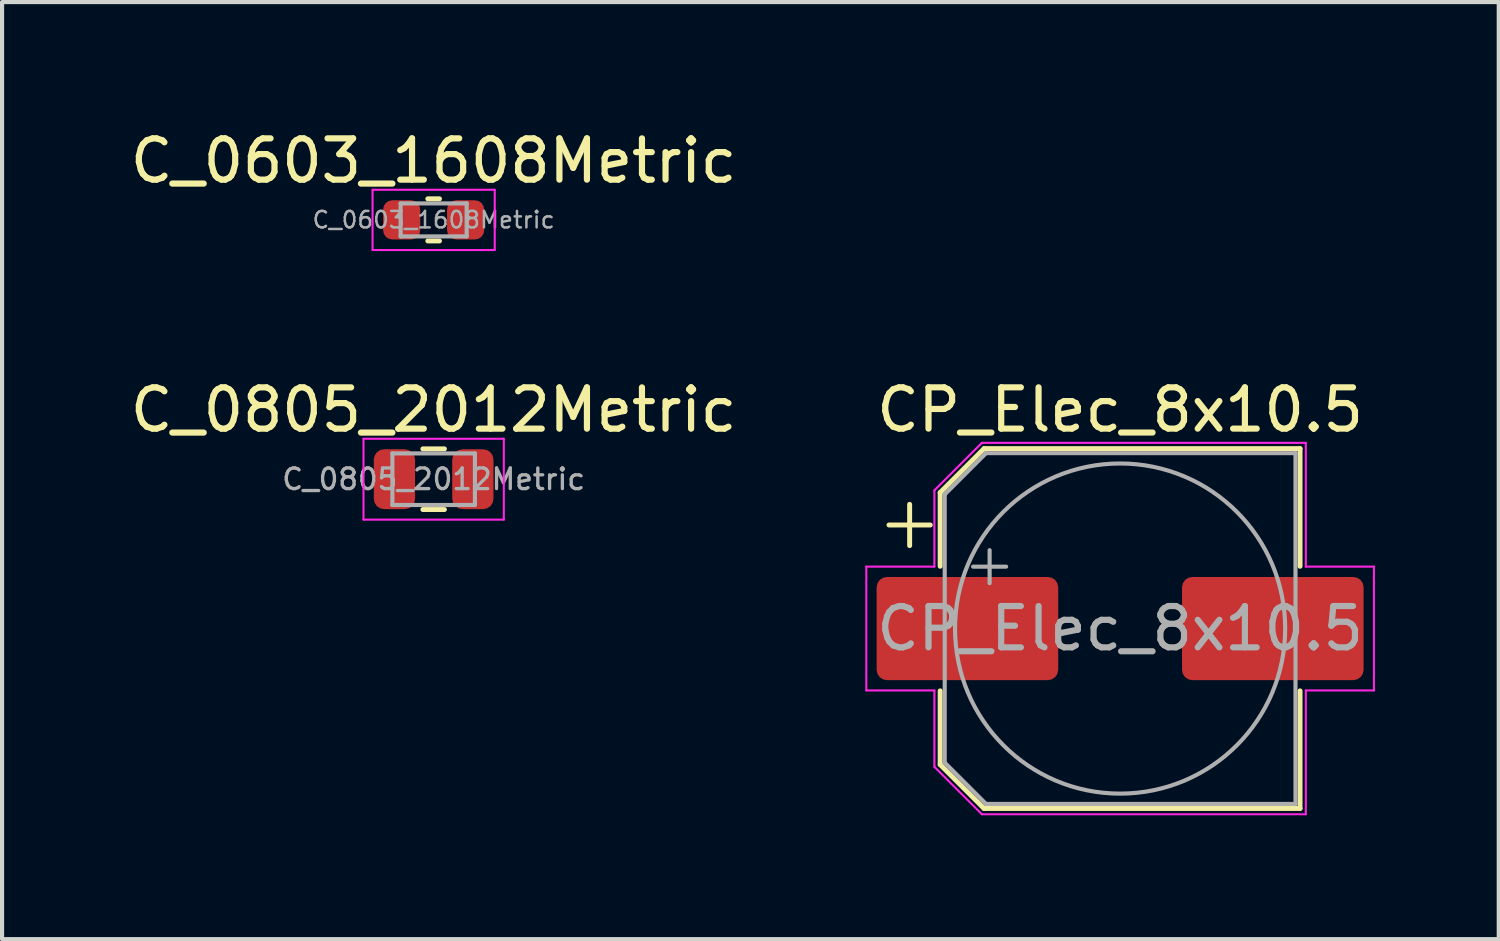
<source format=kicad_pcb>
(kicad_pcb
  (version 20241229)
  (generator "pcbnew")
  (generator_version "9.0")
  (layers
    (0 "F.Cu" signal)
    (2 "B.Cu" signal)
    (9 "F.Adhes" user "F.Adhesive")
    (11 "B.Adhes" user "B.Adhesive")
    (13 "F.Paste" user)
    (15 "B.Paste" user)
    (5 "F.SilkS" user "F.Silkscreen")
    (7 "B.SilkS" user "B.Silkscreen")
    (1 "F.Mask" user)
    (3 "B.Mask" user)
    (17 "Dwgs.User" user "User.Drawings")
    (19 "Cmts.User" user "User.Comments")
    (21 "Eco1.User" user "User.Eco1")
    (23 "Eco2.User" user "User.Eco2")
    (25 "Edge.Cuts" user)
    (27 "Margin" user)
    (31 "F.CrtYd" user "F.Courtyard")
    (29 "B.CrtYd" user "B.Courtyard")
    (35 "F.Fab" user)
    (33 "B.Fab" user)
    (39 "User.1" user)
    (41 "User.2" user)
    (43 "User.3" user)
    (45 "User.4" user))
  (footprint "C_0603_1608Metric"
    (layer "F.Cu")
    (at 7.458 2.278)
    (property "Reference" "C_0603_1608Metric" (at 0 -1.43 0) (layer "F.SilkS") (effects (font (size 1 1) (thickness 0.15))))
    (attr smd)
    (fp_line (start -0.141 -0.51) (end 0.141 -0.51) (stroke (width 0.12) (type solid)) (layer "F.SilkS"))
    (fp_line (start -0.141 0.51) (end 0.141 0.51) (stroke (width 0.12) (type solid)) (layer "F.SilkS"))
    (fp_line (start -1.48 -0.73) (end 1.48 -0.73) (stroke (width 0.05) (type solid)) (layer "F.CrtYd"))
    (fp_line (start -1.48 0.73) (end -1.48 -0.73) (stroke (width 0.05) (type solid)) (layer "F.CrtYd"))
    (fp_line (start 1.48 -0.73) (end 1.48 0.73) (stroke (width 0.05) (type solid)) (layer "F.CrtYd"))
    (fp_line (start 1.48 0.73) (end -1.48 0.73) (stroke (width 0.05) (type solid)) (layer "F.CrtYd"))
    (fp_line (start -0.8 -0.4) (end 0.8 -0.4) (stroke (width 0.1) (type solid)) (layer "F.Fab"))
    (fp_line (start -0.8 0.4) (end -0.8 -0.4) (stroke (width 0.1) (type solid)) (layer "F.Fab"))
    (fp_line (start 0.8 -0.4) (end 0.8 0.4) (stroke (width 0.1) (type solid)) (layer "F.Fab"))
    (fp_line (start 0.8 0.4) (end -0.8 0.4) (stroke (width 0.1) (type solid)) (layer "F.Fab"))
    (fp_text user "${REFERENCE}" (at 0 0 0) (layer "F.Fab") (effects (font (size 0.4 0.4) (thickness 0.06))))
    (pad "1" smd roundrect (at -0.775 0) (size 0.9 0.95) (layers "F.Cu" "F.Mask" "F.Paste") (roundrect_rratio 0.25))
    (pad "2" smd roundrect (at 0.775 0) (size 0.9 0.95) (layers "F.Cu" "F.Mask" "F.Paste") (roundrect_rratio 0.25)))
  (footprint "CP_Elec_8x10.5"
    (layer "F.Cu")
    (at 24.092 12.181)
    (property "Reference" "CP_Elec_8x10.5" (at 0 -5.3 0) (layer "F.SilkS") (effects (font (size 1 1) (thickness 0.15))))
    (attr smd)
    (fp_line (start -5.6 -2.51) (end -4.6 -2.51) (stroke (width 0.12) (type solid)) (layer "F.SilkS"))
    (fp_line (start -5.1 -3.01) (end -5.1 -2.01) (stroke (width 0.12) (type solid)) (layer "F.SilkS"))
    (fp_line (start -4.36 -3.296) (end -4.36 -1.51) (stroke (width 0.12) (type solid)) (layer "F.SilkS"))
    (fp_line (start -4.36 -3.296) (end -3.296 -4.36) (stroke (width 0.12) (type solid)) (layer "F.SilkS"))
    (fp_line (start -4.36 3.296) (end -4.36 1.51) (stroke (width 0.12) (type solid)) (layer "F.SilkS"))
    (fp_line (start -4.36 3.296) (end -3.296 4.36) (stroke (width 0.12) (type solid)) (layer "F.SilkS"))
    (fp_line (start -3.296 -4.36) (end 4.36 -4.36) (stroke (width 0.12) (type solid)) (layer "F.SilkS"))
    (fp_line (start -3.296 4.36) (end 4.36 4.36) (stroke (width 0.12) (type solid)) (layer "F.SilkS"))
    (fp_line (start 4.36 -4.36) (end 4.36 -1.51) (stroke (width 0.12) (type solid)) (layer "F.SilkS"))
    (fp_line (start 4.36 4.36) (end 4.36 1.51) (stroke (width 0.12) (type solid)) (layer "F.SilkS"))
    (fp_line (start -6.15 -1.5) (end -6.15 1.5) (stroke (width 0.05) (type solid)) (layer "F.CrtYd"))
    (fp_line (start -6.15 1.5) (end -4.5 1.5) (stroke (width 0.05) (type solid)) (layer "F.CrtYd"))
    (fp_line (start -4.5 -3.35) (end -4.5 -1.5) (stroke (width 0.05) (type solid)) (layer "F.CrtYd"))
    (fp_line (start -4.5 -3.35) (end -3.35 -4.5) (stroke (width 0.05) (type solid)) (layer "F.CrtYd"))
    (fp_line (start -4.5 -1.5) (end -6.15 -1.5) (stroke (width 0.05) (type solid)) (layer "F.CrtYd"))
    (fp_line (start -4.5 1.5) (end -4.5 3.35) (stroke (width 0.05) (type solid)) (layer "F.CrtYd"))
    (fp_line (start -4.5 3.35) (end -3.35 4.5) (stroke (width 0.05) (type solid)) (layer "F.CrtYd"))
    (fp_line (start -3.35 -4.5) (end 4.5 -4.5) (stroke (width 0.05) (type solid)) (layer "F.CrtYd"))
    (fp_line (start -3.35 4.5) (end 4.5 4.5) (stroke (width 0.05) (type solid)) (layer "F.CrtYd"))
    (fp_line (start 4.5 -4.5) (end 4.5 -1.5) (stroke (width 0.05) (type solid)) (layer "F.CrtYd"))
    (fp_line (start 4.5 -1.5) (end 6.15 -1.5) (stroke (width 0.05) (type solid)) (layer "F.CrtYd"))
    (fp_line (start 4.5 1.5) (end 4.5 4.5) (stroke (width 0.05) (type solid)) (layer "F.CrtYd"))
    (fp_line (start 6.15 -1.5) (end 6.15 1.5) (stroke (width 0.05) (type solid)) (layer "F.CrtYd"))
    (fp_line (start 6.15 1.5) (end 4.5 1.5) (stroke (width 0.05) (type solid)) (layer "F.CrtYd"))
    (fp_line (start -4.25 -3.25) (end -4.25 3.25) (stroke (width 0.1) (type solid)) (layer "F.Fab"))
    (fp_line (start -4.25 -3.25) (end -3.25 -4.25) (stroke (width 0.1) (type solid)) (layer "F.Fab"))
    (fp_line (start -4.25 3.25) (end -3.25 4.25) (stroke (width 0.1) (type solid)) (layer "F.Fab"))
    (fp_line (start -3.562 -1.5) (end -2.762 -1.5) (stroke (width 0.1) (type solid)) (layer "F.Fab"))
    (fp_line (start -3.25 -4.25) (end 4.25 -4.25) (stroke (width 0.1) (type solid)) (layer "F.Fab"))
    (fp_line (start -3.25 4.25) (end 4.25 4.25) (stroke (width 0.1) (type solid)) (layer "F.Fab"))
    (fp_line (start -3.162 -1.9) (end -3.162 -1.1) (stroke (width 0.1) (type solid)) (layer "F.Fab"))
    (fp_line (start 4.25 -4.25) (end 4.25 4.25) (stroke (width 0.1) (type solid)) (layer "F.Fab"))
    (fp_circle (center 0 0) (end 4 0) (stroke (width 0.1) (type solid)) (fill no) (layer "F.Fab"))
    (fp_text user "${REFERENCE}" (at 0 0 0) (layer "F.Fab") (effects (font (size 1 1) (thickness 0.15))))
    (pad "1" smd roundrect (at -3.7 0) (size 4.4 2.5) (layers "F.Cu" "F.Mask" "F.Paste") (roundrect_rratio 0.1))
    (pad "2" smd roundrect (at 3.7 0) (size 4.4 2.5) (layers "F.Cu" "F.Mask" "F.Paste") (roundrect_rratio 0.1)))
  (footprint "C_0805_2012Metric"
    (layer "F.Cu")
    (at 7.458 8.562)
    (property "Reference" "C_0805_2012Metric" (at 0 -1.68 0) (layer "F.SilkS") (effects (font (size 1 1) (thickness 0.15))))
    (attr smd)
    (fp_line (start -0.261 -0.735) (end 0.261 -0.735) (stroke (width 0.12) (type solid)) (layer "F.SilkS"))
    (fp_line (start -0.261 0.735) (end 0.261 0.735) (stroke (width 0.12) (type solid)) (layer "F.SilkS"))
    (fp_line (start -1.7 -0.98) (end 1.7 -0.98) (stroke (width 0.05) (type solid)) (layer "F.CrtYd"))
    (fp_line (start -1.7 0.98) (end -1.7 -0.98) (stroke (width 0.05) (type solid)) (layer "F.CrtYd"))
    (fp_line (start 1.7 -0.98) (end 1.7 0.98) (stroke (width 0.05) (type solid)) (layer "F.CrtYd"))
    (fp_line (start 1.7 0.98) (end -1.7 0.98) (stroke (width 0.05) (type solid)) (layer "F.CrtYd"))
    (fp_line (start -1 -0.625) (end 1 -0.625) (stroke (width 0.1) (type solid)) (layer "F.Fab"))
    (fp_line (start -1 0.625) (end -1 -0.625) (stroke (width 0.1) (type solid)) (layer "F.Fab"))
    (fp_line (start 1 -0.625) (end 1 0.625) (stroke (width 0.1) (type solid)) (layer "F.Fab"))
    (fp_line (start 1 0.625) (end -1 0.625) (stroke (width 0.1) (type solid)) (layer "F.Fab"))
    (fp_text user "${REFERENCE}" (at 0 0 0) (layer "F.Fab") (effects (font (size 0.5 0.5) (thickness 0.08))))
    (pad "1" smd roundrect (at -0.95 0) (size 1 1.45) (layers "F.Cu" "F.Mask" "F.Paste") (roundrect_rratio 0.25))
    (pad "2" smd roundrect (at 0.95 0) (size 1 1.45) (layers "F.Cu" "F.Mask" "F.Paste") (roundrect_rratio 0.25)))
  (gr_rect
    (start -3 -3)
    (end 33.267 19.706)
    (stroke (width 0.1) (type default))
    (fill no)
    (layer "Edge.Cuts")))
</source>
